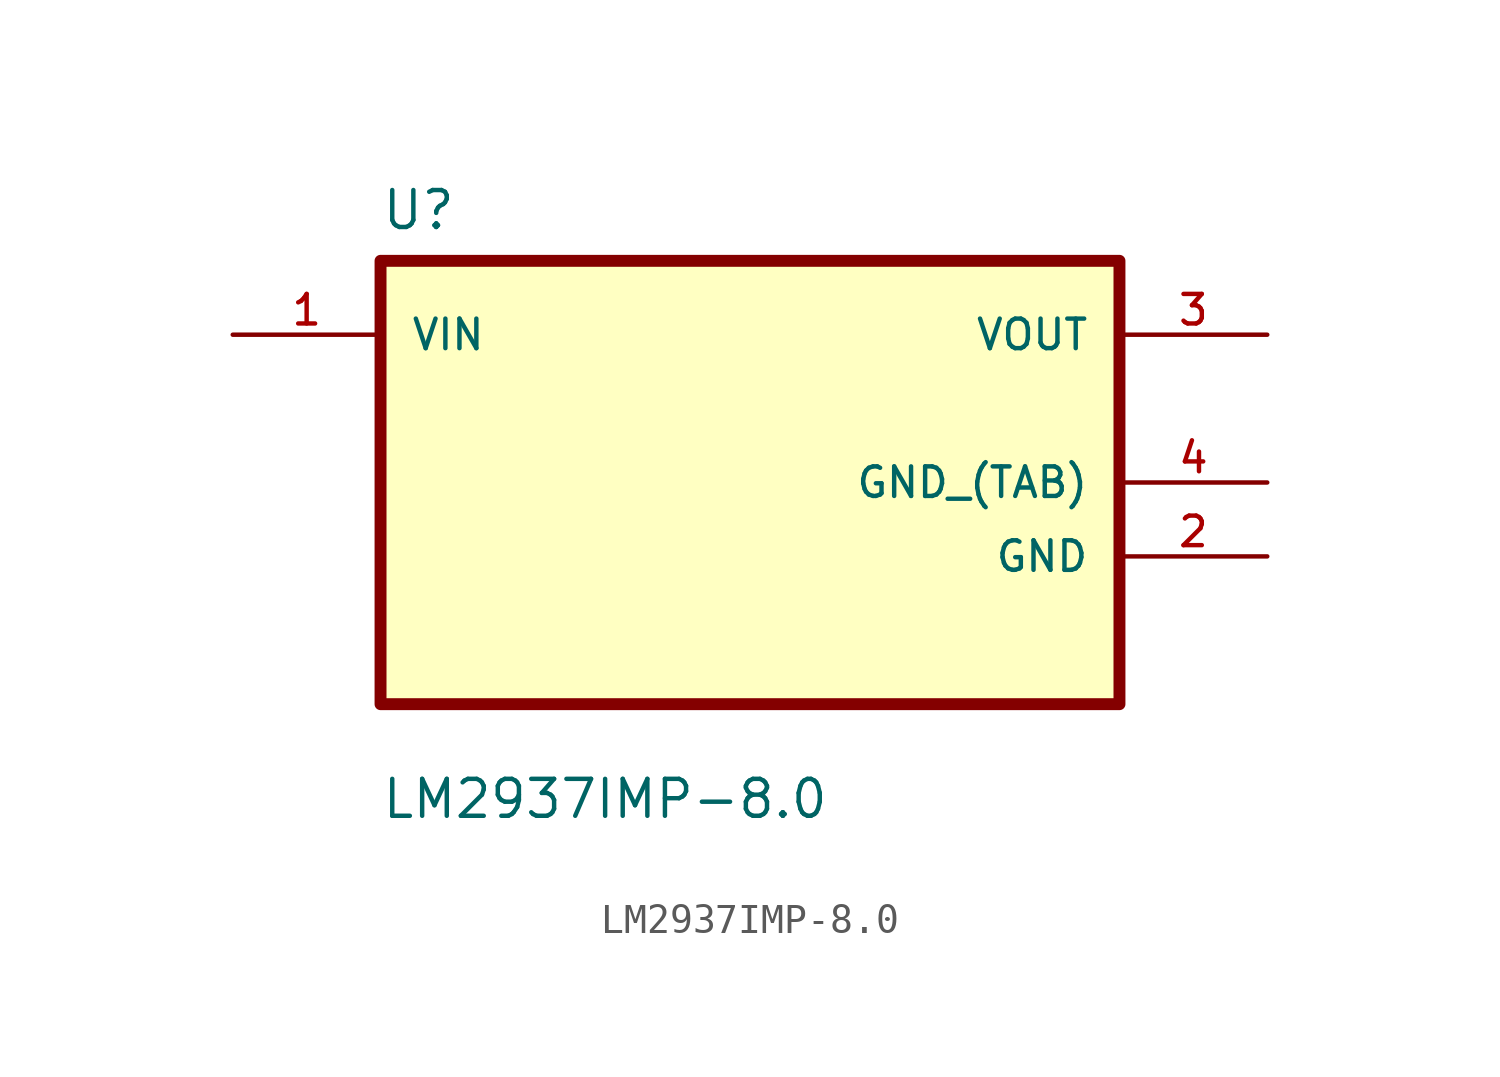
<source format=kicad_sym>
(kicad_symbol_lib
  (version 20211014)
  (generator kicad_symbol_editor)
  (symbol "LM2937IMP-8.0"
    (pin_names
      (offset 1.016))
    (property "Reference" "U"
      (at -12.7 8.62 0.0)
      (effects (font (size 1.27 1.27)) (justify bottom left)))
    (property "Value" "LM2937IMP-8.0"
      (at -12.7 -11.62 0.0)
      (effects (font (size 1.27 1.27)) (justify bottom left)))
    (symbol "LM2937IMP-8.0_0_0"
      (rectangle (start -12.7 -7.62) (end 12.7 7.62) (stroke (width 0.41)) (fill (type background)))
      (pin input line (at -17.78 5.08 0) (length 5.08) (name "VIN" (effects (font (size 1.016 1.016)))) (number "1" (effects (font (size 1.016 1.016)))))
      (pin output line (at 17.78 5.08 180.0) (length 5.08) (name "VOUT" (effects (font (size 1.016 1.016)))) (number "3" (effects (font (size 1.016 1.016)))))
      (pin power_in line (at 17.78 0.0 180.0) (length 5.08) (name "GND_(TAB)" (effects (font (size 1.016 1.016)))) (number "4" (effects (font (size 1.016 1.016)))))
      (pin power_in line (at 17.78 -2.54 180.0) (length 5.08) (name "GND" (effects (font (size 1.016 1.016)))) (number "2" (effects (font (size 1.016 1.016))))))))
</source>
